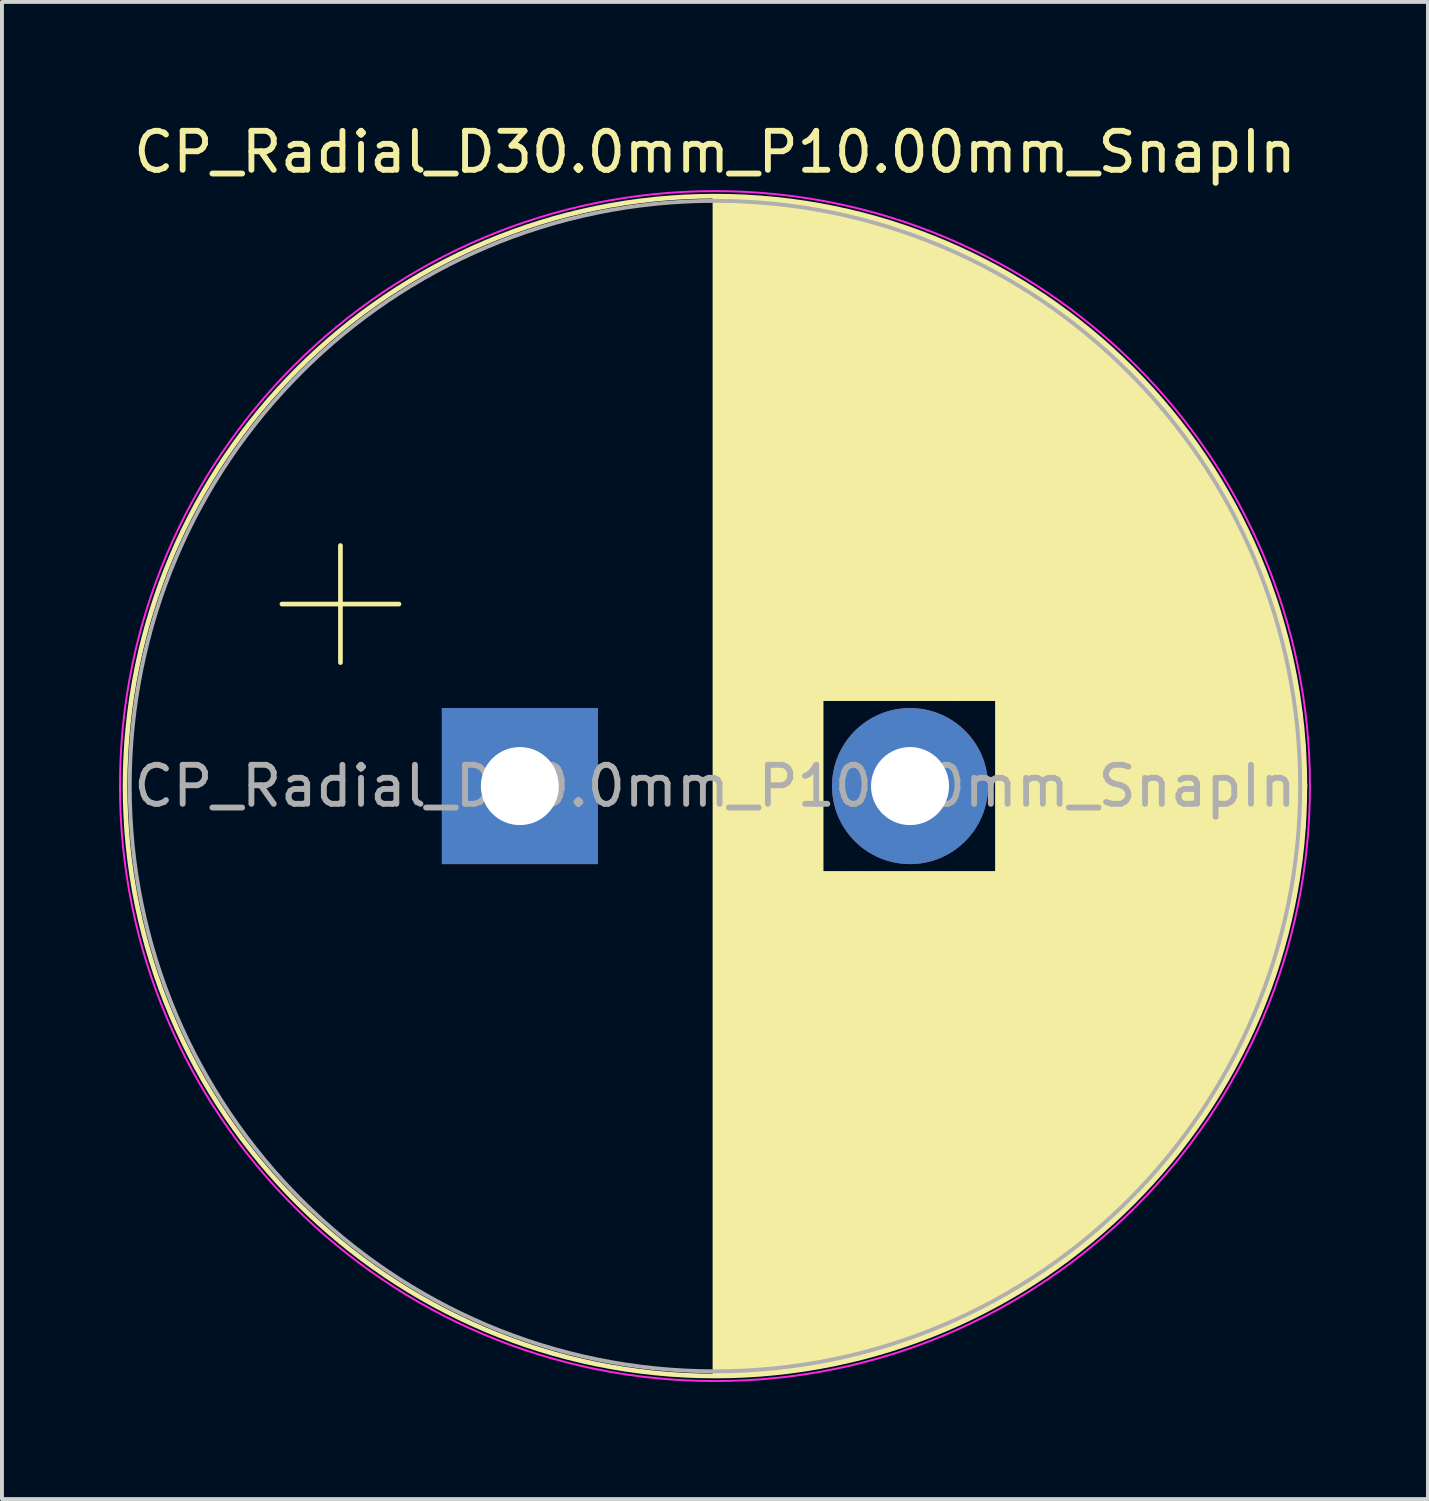
<source format=kicad_pcb>
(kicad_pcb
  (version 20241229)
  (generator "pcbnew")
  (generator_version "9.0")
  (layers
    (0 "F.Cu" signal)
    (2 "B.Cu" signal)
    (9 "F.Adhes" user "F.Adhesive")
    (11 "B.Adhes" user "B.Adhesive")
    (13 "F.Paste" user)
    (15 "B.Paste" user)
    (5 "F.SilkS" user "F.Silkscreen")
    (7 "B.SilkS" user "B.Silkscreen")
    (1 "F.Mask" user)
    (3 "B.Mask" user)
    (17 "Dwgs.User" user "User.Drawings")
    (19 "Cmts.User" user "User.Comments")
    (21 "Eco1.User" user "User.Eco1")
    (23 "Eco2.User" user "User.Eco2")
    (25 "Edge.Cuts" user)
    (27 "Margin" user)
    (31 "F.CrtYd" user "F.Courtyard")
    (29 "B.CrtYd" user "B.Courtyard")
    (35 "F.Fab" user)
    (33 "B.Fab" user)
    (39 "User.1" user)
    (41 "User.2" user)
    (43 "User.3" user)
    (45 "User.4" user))
  (footprint "CP_Radial_D30.0mm_P10.00mm_SnapIn"
    (layer "F.Cu")
    (at 10.275 17.098)
    (property "Reference" "CP_Radial_D30.0mm_P10.00mm_SnapIn" (at 5 -16.25 0) (layer "F.SilkS") (effects (font (size 1 1) (thickness 0.15))))
    (attr through_hole)
    (fp_line (start -6.099 -4.665) (end -3.099 -4.665) (stroke (width 0.12) (type solid)) (layer "F.SilkS"))
    (fp_line (start -4.599 -6.165) (end -4.599 -3.165) (stroke (width 0.12) (type solid)) (layer "F.SilkS"))
    (fp_line (start 5 -15.081) (end 5 15.081) (stroke (width 0.12) (type solid)) (layer "F.SilkS"))
    (fp_line (start 5.04 -15.08) (end 5.04 15.08) (stroke (width 0.12) (type solid)) (layer "F.SilkS"))
    (fp_line (start 5.08 -15.08) (end 5.08 15.08) (stroke (width 0.12) (type solid)) (layer "F.SilkS"))
    (fp_line (start 5.12 -15.08) (end 5.12 15.08) (stroke (width 0.12) (type solid)) (layer "F.SilkS"))
    (fp_line (start 5.16 -15.08) (end 5.16 15.08) (stroke (width 0.12) (type solid)) (layer "F.SilkS"))
    (fp_line (start 5.2 -15.079) (end 5.2 15.079) (stroke (width 0.12) (type solid)) (layer "F.SilkS"))
    (fp_line (start 5.24 -15.079) (end 5.24 15.079) (stroke (width 0.12) (type solid)) (layer "F.SilkS"))
    (fp_line (start 5.28 -15.078) (end 5.28 15.078) (stroke (width 0.12) (type solid)) (layer "F.SilkS"))
    (fp_line (start 5.32 -15.077) (end 5.32 15.077) (stroke (width 0.12) (type solid)) (layer "F.SilkS"))
    (fp_line (start 5.36 -15.076) (end 5.36 15.076) (stroke (width 0.12) (type solid)) (layer "F.SilkS"))
    (fp_line (start 5.4 -15.075) (end 5.4 15.075) (stroke (width 0.12) (type solid)) (layer "F.SilkS"))
    (fp_line (start 5.44 -15.074) (end 5.44 15.074) (stroke (width 0.12) (type solid)) (layer "F.SilkS"))
    (fp_line (start 5.48 -15.073) (end 5.48 15.073) (stroke (width 0.12) (type solid)) (layer "F.SilkS"))
    (fp_line (start 5.52 -15.072) (end 5.52 15.072) (stroke (width 0.12) (type solid)) (layer "F.SilkS"))
    (fp_line (start 5.56 -15.07) (end 5.56 15.07) (stroke (width 0.12) (type solid)) (layer "F.SilkS"))
    (fp_line (start 5.6 -15.069) (end 5.6 15.069) (stroke (width 0.12) (type solid)) (layer "F.SilkS"))
    (fp_line (start 5.64 -15.067) (end 5.64 15.067) (stroke (width 0.12) (type solid)) (layer "F.SilkS"))
    (fp_line (start 5.68 -15.065) (end 5.68 15.065) (stroke (width 0.12) (type solid)) (layer "F.SilkS"))
    (fp_line (start 5.721 -15.063) (end 5.721 15.063) (stroke (width 0.12) (type solid)) (layer "F.SilkS"))
    (fp_line (start 5.761 -15.061) (end 5.761 15.061) (stroke (width 0.12) (type solid)) (layer "F.SilkS"))
    (fp_line (start 5.801 -15.059) (end 5.801 15.059) (stroke (width 0.12) (type solid)) (layer "F.SilkS"))
    (fp_line (start 5.841 -15.057) (end 5.841 15.057) (stroke (width 0.12) (type solid)) (layer "F.SilkS"))
    (fp_line (start 5.881 -15.055) (end 5.881 15.055) (stroke (width 0.12) (type solid)) (layer "F.SilkS"))
    (fp_line (start 5.921 -15.052) (end 5.921 15.052) (stroke (width 0.12) (type solid)) (layer "F.SilkS"))
    (fp_line (start 5.961 -15.05) (end 5.961 15.05) (stroke (width 0.12) (type solid)) (layer "F.SilkS"))
    (fp_line (start 6.001 -15.047) (end 6.001 15.047) (stroke (width 0.12) (type solid)) (layer "F.SilkS"))
    (fp_line (start 6.041 -15.045) (end 6.041 15.045) (stroke (width 0.12) (type solid)) (layer "F.SilkS"))
    (fp_line (start 6.081 -15.042) (end 6.081 15.042) (stroke (width 0.12) (type solid)) (layer "F.SilkS"))
    (fp_line (start 6.121 -15.039) (end 6.121 15.039) (stroke (width 0.12) (type solid)) (layer "F.SilkS"))
    (fp_line (start 6.161 -15.036) (end 6.161 15.036) (stroke (width 0.12) (type solid)) (layer "F.SilkS"))
    (fp_line (start 6.201 -15.033) (end 6.201 15.033) (stroke (width 0.12) (type solid)) (layer "F.SilkS"))
    (fp_line (start 6.241 -15.03) (end 6.241 15.03) (stroke (width 0.12) (type solid)) (layer "F.SilkS"))
    (fp_line (start 6.281 -15.026) (end 6.281 15.026) (stroke (width 0.12) (type solid)) (layer "F.SilkS"))
    (fp_line (start 6.321 -15.023) (end 6.321 15.023) (stroke (width 0.12) (type solid)) (layer "F.SilkS"))
    (fp_line (start 6.361 -15.019) (end 6.361 15.019) (stroke (width 0.12) (type solid)) (layer "F.SilkS"))
    (fp_line (start 6.401 -15.016) (end 6.401 15.016) (stroke (width 0.12) (type solid)) (layer "F.SilkS"))
    (fp_line (start 6.441 -15.012) (end 6.441 15.012) (stroke (width 0.12) (type solid)) (layer "F.SilkS"))
    (fp_line (start 6.481 -15.008) (end 6.481 15.008) (stroke (width 0.12) (type solid)) (layer "F.SilkS"))
    (fp_line (start 6.521 -15.004) (end 6.521 15.004) (stroke (width 0.12) (type solid)) (layer "F.SilkS"))
    (fp_line (start 6.561 -15) (end 6.561 15) (stroke (width 0.12) (type solid)) (layer "F.SilkS"))
    (fp_line (start 6.601 -14.996) (end 6.601 14.996) (stroke (width 0.12) (type solid)) (layer "F.SilkS"))
    (fp_line (start 6.641 -14.991) (end 6.641 14.991) (stroke (width 0.12) (type solid)) (layer "F.SilkS"))
    (fp_line (start 6.681 -14.987) (end 6.681 14.987) (stroke (width 0.12) (type solid)) (layer "F.SilkS"))
    (fp_line (start 6.721 -14.982) (end 6.721 14.982) (stroke (width 0.12) (type solid)) (layer "F.SilkS"))
    (fp_line (start 6.761 -14.978) (end 6.761 14.978) (stroke (width 0.12) (type solid)) (layer "F.SilkS"))
    (fp_line (start 6.801 -14.973) (end 6.801 14.973) (stroke (width 0.12) (type solid)) (layer "F.SilkS"))
    (fp_line (start 6.841 -14.968) (end 6.841 14.968) (stroke (width 0.12) (type solid)) (layer "F.SilkS"))
    (fp_line (start 6.881 -14.963) (end 6.881 14.963) (stroke (width 0.12) (type solid)) (layer "F.SilkS"))
    (fp_line (start 6.921 -14.958) (end 6.921 14.958) (stroke (width 0.12) (type solid)) (layer "F.SilkS"))
    (fp_line (start 6.961 -14.953) (end 6.961 14.953) (stroke (width 0.12) (type solid)) (layer "F.SilkS"))
    (fp_line (start 7.001 -14.948) (end 7.001 14.948) (stroke (width 0.12) (type solid)) (layer "F.SilkS"))
    (fp_line (start 7.041 -14.942) (end 7.041 14.942) (stroke (width 0.12) (type solid)) (layer "F.SilkS"))
    (fp_line (start 7.081 -14.937) (end 7.081 14.937) (stroke (width 0.12) (type solid)) (layer "F.SilkS"))
    (fp_line (start 7.121 -14.931) (end 7.121 14.931) (stroke (width 0.12) (type solid)) (layer "F.SilkS"))
    (fp_line (start 7.161 -14.925) (end 7.161 14.925) (stroke (width 0.12) (type solid)) (layer "F.SilkS"))
    (fp_line (start 7.201 -14.92) (end 7.201 14.92) (stroke (width 0.12) (type solid)) (layer "F.SilkS"))
    (fp_line (start 7.241 -14.914) (end 7.241 14.914) (stroke (width 0.12) (type solid)) (layer "F.SilkS"))
    (fp_line (start 7.281 -14.908) (end 7.281 14.908) (stroke (width 0.12) (type solid)) (layer "F.SilkS"))
    (fp_line (start 7.321 -14.901) (end 7.321 14.901) (stroke (width 0.12) (type solid)) (layer "F.SilkS"))
    (fp_line (start 7.361 -14.895) (end 7.361 14.895) (stroke (width 0.12) (type solid)) (layer "F.SilkS"))
    (fp_line (start 7.401 -14.889) (end 7.401 14.889) (stroke (width 0.12) (type solid)) (layer "F.SilkS"))
    (fp_line (start 7.441 -14.882) (end 7.441 14.882) (stroke (width 0.12) (type solid)) (layer "F.SilkS"))
    (fp_line (start 7.481 -14.876) (end 7.481 14.876) (stroke (width 0.12) (type solid)) (layer "F.SilkS"))
    (fp_line (start 7.521 -14.869) (end 7.521 14.869) (stroke (width 0.12) (type solid)) (layer "F.SilkS"))
    (fp_line (start 7.561 -14.862) (end 7.561 14.862) (stroke (width 0.12) (type solid)) (layer "F.SilkS"))
    (fp_line (start 7.601 -14.855) (end 7.601 14.855) (stroke (width 0.12) (type solid)) (layer "F.SilkS"))
    (fp_line (start 7.641 -14.848) (end 7.641 14.848) (stroke (width 0.12) (type solid)) (layer "F.SilkS"))
    (fp_line (start 7.681 -14.841) (end 7.681 14.841) (stroke (width 0.12) (type solid)) (layer "F.SilkS"))
    (fp_line (start 7.721 -14.834) (end 7.721 14.834) (stroke (width 0.12) (type solid)) (layer "F.SilkS"))
    (fp_line (start 7.761 -14.826) (end 7.761 -2.24) (stroke (width 0.12) (type solid)) (layer "F.SilkS"))
    (fp_line (start 7.761 2.24) (end 7.761 14.826) (stroke (width 0.12) (type solid)) (layer "F.SilkS"))
    (fp_line (start 7.801 -14.819) (end 7.801 -2.24) (stroke (width 0.12) (type solid)) (layer "F.SilkS"))
    (fp_line (start 7.801 2.24) (end 7.801 14.819) (stroke (width 0.12) (type solid)) (layer "F.SilkS"))
    (fp_line (start 7.841 -14.811) (end 7.841 -2.24) (stroke (width 0.12) (type solid)) (layer "F.SilkS"))
    (fp_line (start 7.841 2.24) (end 7.841 14.811) (stroke (width 0.12) (type solid)) (layer "F.SilkS"))
    (fp_line (start 7.881 -14.804) (end 7.881 -2.24) (stroke (width 0.12) (type solid)) (layer "F.SilkS"))
    (fp_line (start 7.881 2.24) (end 7.881 14.804) (stroke (width 0.12) (type solid)) (layer "F.SilkS"))
    (fp_line (start 7.921 -14.796) (end 7.921 -2.24) (stroke (width 0.12) (type solid)) (layer "F.SilkS"))
    (fp_line (start 7.921 2.24) (end 7.921 14.796) (stroke (width 0.12) (type solid)) (layer "F.SilkS"))
    (fp_line (start 7.961 -14.788) (end 7.961 -2.24) (stroke (width 0.12) (type solid)) (layer "F.SilkS"))
    (fp_line (start 7.961 2.24) (end 7.961 14.788) (stroke (width 0.12) (type solid)) (layer "F.SilkS"))
    (fp_line (start 8.001 -14.78) (end 8.001 -2.24) (stroke (width 0.12) (type solid)) (layer "F.SilkS"))
    (fp_line (start 8.001 2.24) (end 8.001 14.78) (stroke (width 0.12) (type solid)) (layer "F.SilkS"))
    (fp_line (start 8.041 -14.772) (end 8.041 -2.24) (stroke (width 0.12) (type solid)) (layer "F.SilkS"))
    (fp_line (start 8.041 2.24) (end 8.041 14.772) (stroke (width 0.12) (type solid)) (layer "F.SilkS"))
    (fp_line (start 8.081 -14.763) (end 8.081 -2.24) (stroke (width 0.12) (type solid)) (layer "F.SilkS"))
    (fp_line (start 8.081 2.24) (end 8.081 14.763) (stroke (width 0.12) (type solid)) (layer "F.SilkS"))
    (fp_line (start 8.121 -14.755) (end 8.121 -2.24) (stroke (width 0.12) (type solid)) (layer "F.SilkS"))
    (fp_line (start 8.121 2.24) (end 8.121 14.755) (stroke (width 0.12) (type solid)) (layer "F.SilkS"))
    (fp_line (start 8.161 -14.747) (end 8.161 -2.24) (stroke (width 0.12) (type solid)) (layer "F.SilkS"))
    (fp_line (start 8.161 2.24) (end 8.161 14.747) (stroke (width 0.12) (type solid)) (layer "F.SilkS"))
    (fp_line (start 8.201 -14.738) (end 8.201 -2.24) (stroke (width 0.12) (type solid)) (layer "F.SilkS"))
    (fp_line (start 8.201 2.24) (end 8.201 14.738) (stroke (width 0.12) (type solid)) (layer "F.SilkS"))
    (fp_line (start 8.241 -14.729) (end 8.241 -2.24) (stroke (width 0.12) (type solid)) (layer "F.SilkS"))
    (fp_line (start 8.241 2.24) (end 8.241 14.729) (stroke (width 0.12) (type solid)) (layer "F.SilkS"))
    (fp_line (start 8.281 -14.72) (end 8.281 -2.24) (stroke (width 0.12) (type solid)) (layer "F.SilkS"))
    (fp_line (start 8.281 2.24) (end 8.281 14.72) (stroke (width 0.12) (type solid)) (layer "F.SilkS"))
    (fp_line (start 8.321 -14.711) (end 8.321 -2.24) (stroke (width 0.12) (type solid)) (layer "F.SilkS"))
    (fp_line (start 8.321 2.24) (end 8.321 14.711) (stroke (width 0.12) (type solid)) (layer "F.SilkS"))
    (fp_line (start 8.361 -14.702) (end 8.361 -2.24) (stroke (width 0.12) (type solid)) (layer "F.SilkS"))
    (fp_line (start 8.361 2.24) (end 8.361 14.702) (stroke (width 0.12) (type solid)) (layer "F.SilkS"))
    (fp_line (start 8.401 -14.693) (end 8.401 -2.24) (stroke (width 0.12) (type solid)) (layer "F.SilkS"))
    (fp_line (start 8.401 2.24) (end 8.401 14.693) (stroke (width 0.12) (type solid)) (layer "F.SilkS"))
    (fp_line (start 8.441 -14.684) (end 8.441 -2.24) (stroke (width 0.12) (type solid)) (layer "F.SilkS"))
    (fp_line (start 8.441 2.24) (end 8.441 14.684) (stroke (width 0.12) (type solid)) (layer "F.SilkS"))
    (fp_line (start 8.481 -14.675) (end 8.481 -2.24) (stroke (width 0.12) (type solid)) (layer "F.SilkS"))
    (fp_line (start 8.481 2.24) (end 8.481 14.675) (stroke (width 0.12) (type solid)) (layer "F.SilkS"))
    (fp_line (start 8.521 -14.665) (end 8.521 -2.24) (stroke (width 0.12) (type solid)) (layer "F.SilkS"))
    (fp_line (start 8.521 2.24) (end 8.521 14.665) (stroke (width 0.12) (type solid)) (layer "F.SilkS"))
    (fp_line (start 8.561 -14.655) (end 8.561 -2.24) (stroke (width 0.12) (type solid)) (layer "F.SilkS"))
    (fp_line (start 8.561 2.24) (end 8.561 14.655) (stroke (width 0.12) (type solid)) (layer "F.SilkS"))
    (fp_line (start 8.601 -14.646) (end 8.601 -2.24) (stroke (width 0.12) (type solid)) (layer "F.SilkS"))
    (fp_line (start 8.601 2.24) (end 8.601 14.646) (stroke (width 0.12) (type solid)) (layer "F.SilkS"))
    (fp_line (start 8.641 -14.636) (end 8.641 -2.24) (stroke (width 0.12) (type solid)) (layer "F.SilkS"))
    (fp_line (start 8.641 2.24) (end 8.641 14.636) (stroke (width 0.12) (type solid)) (layer "F.SilkS"))
    (fp_line (start 8.681 -14.626) (end 8.681 -2.24) (stroke (width 0.12) (type solid)) (layer "F.SilkS"))
    (fp_line (start 8.681 2.24) (end 8.681 14.626) (stroke (width 0.12) (type solid)) (layer "F.SilkS"))
    (fp_line (start 8.721 -14.616) (end 8.721 -2.24) (stroke (width 0.12) (type solid)) (layer "F.SilkS"))
    (fp_line (start 8.721 2.24) (end 8.721 14.616) (stroke (width 0.12) (type solid)) (layer "F.SilkS"))
    (fp_line (start 8.761 -14.606) (end 8.761 -2.24) (stroke (width 0.12) (type solid)) (layer "F.SilkS"))
    (fp_line (start 8.761 2.24) (end 8.761 14.606) (stroke (width 0.12) (type solid)) (layer "F.SilkS"))
    (fp_line (start 8.801 -14.595) (end 8.801 -2.24) (stroke (width 0.12) (type solid)) (layer "F.SilkS"))
    (fp_line (start 8.801 2.24) (end 8.801 14.595) (stroke (width 0.12) (type solid)) (layer "F.SilkS"))
    (fp_line (start 8.841 -14.585) (end 8.841 -2.24) (stroke (width 0.12) (type solid)) (layer "F.SilkS"))
    (fp_line (start 8.841 2.24) (end 8.841 14.585) (stroke (width 0.12) (type solid)) (layer "F.SilkS"))
    (fp_line (start 8.881 -14.574) (end 8.881 -2.24) (stroke (width 0.12) (type solid)) (layer "F.SilkS"))
    (fp_line (start 8.881 2.24) (end 8.881 14.574) (stroke (width 0.12) (type solid)) (layer "F.SilkS"))
    (fp_line (start 8.921 -14.564) (end 8.921 -2.24) (stroke (width 0.12) (type solid)) (layer "F.SilkS"))
    (fp_line (start 8.921 2.24) (end 8.921 14.564) (stroke (width 0.12) (type solid)) (layer "F.SilkS"))
    (fp_line (start 8.961 -14.553) (end 8.961 -2.24) (stroke (width 0.12) (type solid)) (layer "F.SilkS"))
    (fp_line (start 8.961 2.24) (end 8.961 14.553) (stroke (width 0.12) (type solid)) (layer "F.SilkS"))
    (fp_line (start 9.001 -14.542) (end 9.001 -2.24) (stroke (width 0.12) (type solid)) (layer "F.SilkS"))
    (fp_line (start 9.001 2.24) (end 9.001 14.542) (stroke (width 0.12) (type solid)) (layer "F.SilkS"))
    (fp_line (start 9.041 -14.531) (end 9.041 -2.24) (stroke (width 0.12) (type solid)) (layer "F.SilkS"))
    (fp_line (start 9.041 2.24) (end 9.041 14.531) (stroke (width 0.12) (type solid)) (layer "F.SilkS"))
    (fp_line (start 9.081 -14.52) (end 9.081 -2.24) (stroke (width 0.12) (type solid)) (layer "F.SilkS"))
    (fp_line (start 9.081 2.24) (end 9.081 14.52) (stroke (width 0.12) (type solid)) (layer "F.SilkS"))
    (fp_line (start 9.121 -14.508) (end 9.121 -2.24) (stroke (width 0.12) (type solid)) (layer "F.SilkS"))
    (fp_line (start 9.121 2.24) (end 9.121 14.508) (stroke (width 0.12) (type solid)) (layer "F.SilkS"))
    (fp_line (start 9.161 -14.497) (end 9.161 -2.24) (stroke (width 0.12) (type solid)) (layer "F.SilkS"))
    (fp_line (start 9.161 2.24) (end 9.161 14.497) (stroke (width 0.12) (type solid)) (layer "F.SilkS"))
    (fp_line (start 9.201 -14.485) (end 9.201 -2.24) (stroke (width 0.12) (type solid)) (layer "F.SilkS"))
    (fp_line (start 9.201 2.24) (end 9.201 14.485) (stroke (width 0.12) (type solid)) (layer "F.SilkS"))
    (fp_line (start 9.241 -14.474) (end 9.241 -2.24) (stroke (width 0.12) (type solid)) (layer "F.SilkS"))
    (fp_line (start 9.241 2.24) (end 9.241 14.474) (stroke (width 0.12) (type solid)) (layer "F.SilkS"))
    (fp_line (start 9.281 -14.462) (end 9.281 -2.24) (stroke (width 0.12) (type solid)) (layer "F.SilkS"))
    (fp_line (start 9.281 2.24) (end 9.281 14.462) (stroke (width 0.12) (type solid)) (layer "F.SilkS"))
    (fp_line (start 9.321 -14.45) (end 9.321 -2.24) (stroke (width 0.12) (type solid)) (layer "F.SilkS"))
    (fp_line (start 9.321 2.24) (end 9.321 14.45) (stroke (width 0.12) (type solid)) (layer "F.SilkS"))
    (fp_line (start 9.361 -14.438) (end 9.361 -2.24) (stroke (width 0.12) (type solid)) (layer "F.SilkS"))
    (fp_line (start 9.361 2.24) (end 9.361 14.438) (stroke (width 0.12) (type solid)) (layer "F.SilkS"))
    (fp_line (start 9.401 -14.426) (end 9.401 -2.24) (stroke (width 0.12) (type solid)) (layer "F.SilkS"))
    (fp_line (start 9.401 2.24) (end 9.401 14.426) (stroke (width 0.12) (type solid)) (layer "F.SilkS"))
    (fp_line (start 9.441 -14.414) (end 9.441 -2.24) (stroke (width 0.12) (type solid)) (layer "F.SilkS"))
    (fp_line (start 9.441 2.24) (end 9.441 14.414) (stroke (width 0.12) (type solid)) (layer "F.SilkS"))
    (fp_line (start 9.481 -14.402) (end 9.481 -2.24) (stroke (width 0.12) (type solid)) (layer "F.SilkS"))
    (fp_line (start 9.481 2.24) (end 9.481 14.402) (stroke (width 0.12) (type solid)) (layer "F.SilkS"))
    (fp_line (start 9.521 -14.389) (end 9.521 -2.24) (stroke (width 0.12) (type solid)) (layer "F.SilkS"))
    (fp_line (start 9.521 2.24) (end 9.521 14.389) (stroke (width 0.12) (type solid)) (layer "F.SilkS"))
    (fp_line (start 9.561 -14.376) (end 9.561 -2.24) (stroke (width 0.12) (type solid)) (layer "F.SilkS"))
    (fp_line (start 9.561 2.24) (end 9.561 14.376) (stroke (width 0.12) (type solid)) (layer "F.SilkS"))
    (fp_line (start 9.601 -14.364) (end 9.601 -2.24) (stroke (width 0.12) (type solid)) (layer "F.SilkS"))
    (fp_line (start 9.601 2.24) (end 9.601 14.364) (stroke (width 0.12) (type solid)) (layer "F.SilkS"))
    (fp_line (start 9.641 -14.351) (end 9.641 -2.24) (stroke (width 0.12) (type solid)) (layer "F.SilkS"))
    (fp_line (start 9.641 2.24) (end 9.641 14.351) (stroke (width 0.12) (type solid)) (layer "F.SilkS"))
    (fp_line (start 9.681 -14.338) (end 9.681 -2.24) (stroke (width 0.12) (type solid)) (layer "F.SilkS"))
    (fp_line (start 9.681 2.24) (end 9.681 14.338) (stroke (width 0.12) (type solid)) (layer "F.SilkS"))
    (fp_line (start 9.721 -14.325) (end 9.721 -2.24) (stroke (width 0.12) (type solid)) (layer "F.SilkS"))
    (fp_line (start 9.721 2.24) (end 9.721 14.325) (stroke (width 0.12) (type solid)) (layer "F.SilkS"))
    (fp_line (start 9.761 -14.312) (end 9.761 -2.24) (stroke (width 0.12) (type solid)) (layer "F.SilkS"))
    (fp_line (start 9.761 2.24) (end 9.761 14.312) (stroke (width 0.12) (type solid)) (layer "F.SilkS"))
    (fp_line (start 9.801 -14.298) (end 9.801 -2.24) (stroke (width 0.12) (type solid)) (layer "F.SilkS"))
    (fp_line (start 9.801 2.24) (end 9.801 14.298) (stroke (width 0.12) (type solid)) (layer "F.SilkS"))
    (fp_line (start 9.841 -14.285) (end 9.841 -2.24) (stroke (width 0.12) (type solid)) (layer "F.SilkS"))
    (fp_line (start 9.841 2.24) (end 9.841 14.285) (stroke (width 0.12) (type solid)) (layer "F.SilkS"))
    (fp_line (start 9.881 -14.271) (end 9.881 -2.24) (stroke (width 0.12) (type solid)) (layer "F.SilkS"))
    (fp_line (start 9.881 2.24) (end 9.881 14.271) (stroke (width 0.12) (type solid)) (layer "F.SilkS"))
    (fp_line (start 9.921 -14.258) (end 9.921 -2.24) (stroke (width 0.12) (type solid)) (layer "F.SilkS"))
    (fp_line (start 9.921 2.24) (end 9.921 14.258) (stroke (width 0.12) (type solid)) (layer "F.SilkS"))
    (fp_line (start 9.961 -14.244) (end 9.961 -2.24) (stroke (width 0.12) (type solid)) (layer "F.SilkS"))
    (fp_line (start 9.961 2.24) (end 9.961 14.244) (stroke (width 0.12) (type solid)) (layer "F.SilkS"))
    (fp_line (start 10.001 -14.23) (end 10.001 -2.24) (stroke (width 0.12) (type solid)) (layer "F.SilkS"))
    (fp_line (start 10.001 2.24) (end 10.001 14.23) (stroke (width 0.12) (type solid)) (layer "F.SilkS"))
    (fp_line (start 10.041 -14.216) (end 10.041 -2.24) (stroke (width 0.12) (type solid)) (layer "F.SilkS"))
    (fp_line (start 10.041 2.24) (end 10.041 14.216) (stroke (width 0.12) (type solid)) (layer "F.SilkS"))
    (fp_line (start 10.081 -14.202) (end 10.081 -2.24) (stroke (width 0.12) (type solid)) (layer "F.SilkS"))
    (fp_line (start 10.081 2.24) (end 10.081 14.202) (stroke (width 0.12) (type solid)) (layer "F.SilkS"))
    (fp_line (start 10.121 -14.187) (end 10.121 -2.24) (stroke (width 0.12) (type solid)) (layer "F.SilkS"))
    (fp_line (start 10.121 2.24) (end 10.121 14.187) (stroke (width 0.12) (type solid)) (layer "F.SilkS"))
    (fp_line (start 10.161 -14.173) (end 10.161 -2.24) (stroke (width 0.12) (type solid)) (layer "F.SilkS"))
    (fp_line (start 10.161 2.24) (end 10.161 14.173) (stroke (width 0.12) (type solid)) (layer "F.SilkS"))
    (fp_line (start 10.201 -14.158) (end 10.201 -2.24) (stroke (width 0.12) (type solid)) (layer "F.SilkS"))
    (fp_line (start 10.201 2.24) (end 10.201 14.158) (stroke (width 0.12) (type solid)) (layer "F.SilkS"))
    (fp_line (start 10.241 -14.143) (end 10.241 -2.24) (stroke (width 0.12) (type solid)) (layer "F.SilkS"))
    (fp_line (start 10.241 2.24) (end 10.241 14.143) (stroke (width 0.12) (type solid)) (layer "F.SilkS"))
    (fp_line (start 10.281 -14.129) (end 10.281 -2.24) (stroke (width 0.12) (type solid)) (layer "F.SilkS"))
    (fp_line (start 10.281 2.24) (end 10.281 14.129) (stroke (width 0.12) (type solid)) (layer "F.SilkS"))
    (fp_line (start 10.321 -14.114) (end 10.321 -2.24) (stroke (width 0.12) (type solid)) (layer "F.SilkS"))
    (fp_line (start 10.321 2.24) (end 10.321 14.114) (stroke (width 0.12) (type solid)) (layer "F.SilkS"))
    (fp_line (start 10.361 -14.099) (end 10.361 -2.24) (stroke (width 0.12) (type solid)) (layer "F.SilkS"))
    (fp_line (start 10.361 2.24) (end 10.361 14.099) (stroke (width 0.12) (type solid)) (layer "F.SilkS"))
    (fp_line (start 10.401 -14.083) (end 10.401 -2.24) (stroke (width 0.12) (type solid)) (layer "F.SilkS"))
    (fp_line (start 10.401 2.24) (end 10.401 14.083) (stroke (width 0.12) (type solid)) (layer "F.SilkS"))
    (fp_line (start 10.441 -14.068) (end 10.441 -2.24) (stroke (width 0.12) (type solid)) (layer "F.SilkS"))
    (fp_line (start 10.441 2.24) (end 10.441 14.068) (stroke (width 0.12) (type solid)) (layer "F.SilkS"))
    (fp_line (start 10.481 -14.052) (end 10.481 -2.24) (stroke (width 0.12) (type solid)) (layer "F.SilkS"))
    (fp_line (start 10.481 2.24) (end 10.481 14.052) (stroke (width 0.12) (type solid)) (layer "F.SilkS"))
    (fp_line (start 10.521 -14.037) (end 10.521 -2.24) (stroke (width 0.12) (type solid)) (layer "F.SilkS"))
    (fp_line (start 10.521 2.24) (end 10.521 14.037) (stroke (width 0.12) (type solid)) (layer "F.SilkS"))
    (fp_line (start 10.561 -14.021) (end 10.561 -2.24) (stroke (width 0.12) (type solid)) (layer "F.SilkS"))
    (fp_line (start 10.561 2.24) (end 10.561 14.021) (stroke (width 0.12) (type solid)) (layer "F.SilkS"))
    (fp_line (start 10.601 -14.005) (end 10.601 -2.24) (stroke (width 0.12) (type solid)) (layer "F.SilkS"))
    (fp_line (start 10.601 2.24) (end 10.601 14.005) (stroke (width 0.12) (type solid)) (layer "F.SilkS"))
    (fp_line (start 10.641 -13.989) (end 10.641 -2.24) (stroke (width 0.12) (type solid)) (layer "F.SilkS"))
    (fp_line (start 10.641 2.24) (end 10.641 13.989) (stroke (width 0.12) (type solid)) (layer "F.SilkS"))
    (fp_line (start 10.681 -13.973) (end 10.681 -2.24) (stroke (width 0.12) (type solid)) (layer "F.SilkS"))
    (fp_line (start 10.681 2.24) (end 10.681 13.973) (stroke (width 0.12) (type solid)) (layer "F.SilkS"))
    (fp_line (start 10.721 -13.957) (end 10.721 -2.24) (stroke (width 0.12) (type solid)) (layer "F.SilkS"))
    (fp_line (start 10.721 2.24) (end 10.721 13.957) (stroke (width 0.12) (type solid)) (layer "F.SilkS"))
    (fp_line (start 10.761 -13.94) (end 10.761 -2.24) (stroke (width 0.12) (type solid)) (layer "F.SilkS"))
    (fp_line (start 10.761 2.24) (end 10.761 13.94) (stroke (width 0.12) (type solid)) (layer "F.SilkS"))
    (fp_line (start 10.801 -13.924) (end 10.801 -2.24) (stroke (width 0.12) (type solid)) (layer "F.SilkS"))
    (fp_line (start 10.801 2.24) (end 10.801 13.924) (stroke (width 0.12) (type solid)) (layer "F.SilkS"))
    (fp_line (start 10.841 -13.907) (end 10.841 -2.24) (stroke (width 0.12) (type solid)) (layer "F.SilkS"))
    (fp_line (start 10.841 2.24) (end 10.841 13.907) (stroke (width 0.12) (type solid)) (layer "F.SilkS"))
    (fp_line (start 10.881 -13.89) (end 10.881 -2.24) (stroke (width 0.12) (type solid)) (layer "F.SilkS"))
    (fp_line (start 10.881 2.24) (end 10.881 13.89) (stroke (width 0.12) (type solid)) (layer "F.SilkS"))
    (fp_line (start 10.921 -13.873) (end 10.921 -2.24) (stroke (width 0.12) (type solid)) (layer "F.SilkS"))
    (fp_line (start 10.921 2.24) (end 10.921 13.873) (stroke (width 0.12) (type solid)) (layer "F.SilkS"))
    (fp_line (start 10.961 -13.856) (end 10.961 -2.24) (stroke (width 0.12) (type solid)) (layer "F.SilkS"))
    (fp_line (start 10.961 2.24) (end 10.961 13.856) (stroke (width 0.12) (type solid)) (layer "F.SilkS"))
    (fp_line (start 11.001 -13.839) (end 11.001 -2.24) (stroke (width 0.12) (type solid)) (layer "F.SilkS"))
    (fp_line (start 11.001 2.24) (end 11.001 13.839) (stroke (width 0.12) (type solid)) (layer "F.SilkS"))
    (fp_line (start 11.041 -13.822) (end 11.041 -2.24) (stroke (width 0.12) (type solid)) (layer "F.SilkS"))
    (fp_line (start 11.041 2.24) (end 11.041 13.822) (stroke (width 0.12) (type solid)) (layer "F.SilkS"))
    (fp_line (start 11.081 -13.804) (end 11.081 -2.24) (stroke (width 0.12) (type solid)) (layer "F.SilkS"))
    (fp_line (start 11.081 2.24) (end 11.081 13.804) (stroke (width 0.12) (type solid)) (layer "F.SilkS"))
    (fp_line (start 11.121 -13.787) (end 11.121 -2.24) (stroke (width 0.12) (type solid)) (layer "F.SilkS"))
    (fp_line (start 11.121 2.24) (end 11.121 13.787) (stroke (width 0.12) (type solid)) (layer "F.SilkS"))
    (fp_line (start 11.161 -13.769) (end 11.161 -2.24) (stroke (width 0.12) (type solid)) (layer "F.SilkS"))
    (fp_line (start 11.161 2.24) (end 11.161 13.769) (stroke (width 0.12) (type solid)) (layer "F.SilkS"))
    (fp_line (start 11.201 -13.751) (end 11.201 -2.24) (stroke (width 0.12) (type solid)) (layer "F.SilkS"))
    (fp_line (start 11.201 2.24) (end 11.201 13.751) (stroke (width 0.12) (type solid)) (layer "F.SilkS"))
    (fp_line (start 11.241 -13.733) (end 11.241 -2.24) (stroke (width 0.12) (type solid)) (layer "F.SilkS"))
    (fp_line (start 11.241 2.24) (end 11.241 13.733) (stroke (width 0.12) (type solid)) (layer "F.SilkS"))
    (fp_line (start 11.281 -13.715) (end 11.281 -2.24) (stroke (width 0.12) (type solid)) (layer "F.SilkS"))
    (fp_line (start 11.281 2.24) (end 11.281 13.715) (stroke (width 0.12) (type solid)) (layer "F.SilkS"))
    (fp_line (start 11.321 -13.696) (end 11.321 -2.24) (stroke (width 0.12) (type solid)) (layer "F.SilkS"))
    (fp_line (start 11.321 2.24) (end 11.321 13.696) (stroke (width 0.12) (type solid)) (layer "F.SilkS"))
    (fp_line (start 11.361 -13.678) (end 11.361 -2.24) (stroke (width 0.12) (type solid)) (layer "F.SilkS"))
    (fp_line (start 11.361 2.24) (end 11.361 13.678) (stroke (width 0.12) (type solid)) (layer "F.SilkS"))
    (fp_line (start 11.401 -13.659) (end 11.401 -2.24) (stroke (width 0.12) (type solid)) (layer "F.SilkS"))
    (fp_line (start 11.401 2.24) (end 11.401 13.659) (stroke (width 0.12) (type solid)) (layer "F.SilkS"))
    (fp_line (start 11.441 -13.64) (end 11.441 -2.24) (stroke (width 0.12) (type solid)) (layer "F.SilkS"))
    (fp_line (start 11.441 2.24) (end 11.441 13.64) (stroke (width 0.12) (type solid)) (layer "F.SilkS"))
    (fp_line (start 11.481 -13.622) (end 11.481 -2.24) (stroke (width 0.12) (type solid)) (layer "F.SilkS"))
    (fp_line (start 11.481 2.24) (end 11.481 13.622) (stroke (width 0.12) (type solid)) (layer "F.SilkS"))
    (fp_line (start 11.521 -13.602) (end 11.521 -2.24) (stroke (width 0.12) (type solid)) (layer "F.SilkS"))
    (fp_line (start 11.521 2.24) (end 11.521 13.602) (stroke (width 0.12) (type solid)) (layer "F.SilkS"))
    (fp_line (start 11.561 -13.583) (end 11.561 -2.24) (stroke (width 0.12) (type solid)) (layer "F.SilkS"))
    (fp_line (start 11.561 2.24) (end 11.561 13.583) (stroke (width 0.12) (type solid)) (layer "F.SilkS"))
    (fp_line (start 11.601 -13.564) (end 11.601 -2.24) (stroke (width 0.12) (type solid)) (layer "F.SilkS"))
    (fp_line (start 11.601 2.24) (end 11.601 13.564) (stroke (width 0.12) (type solid)) (layer "F.SilkS"))
    (fp_line (start 11.641 -13.544) (end 11.641 -2.24) (stroke (width 0.12) (type solid)) (layer "F.SilkS"))
    (fp_line (start 11.641 2.24) (end 11.641 13.544) (stroke (width 0.12) (type solid)) (layer "F.SilkS"))
    (fp_line (start 11.681 -13.525) (end 11.681 -2.24) (stroke (width 0.12) (type solid)) (layer "F.SilkS"))
    (fp_line (start 11.681 2.24) (end 11.681 13.525) (stroke (width 0.12) (type solid)) (layer "F.SilkS"))
    (fp_line (start 11.721 -13.505) (end 11.721 -2.24) (stroke (width 0.12) (type solid)) (layer "F.SilkS"))
    (fp_line (start 11.721 2.24) (end 11.721 13.505) (stroke (width 0.12) (type solid)) (layer "F.SilkS"))
    (fp_line (start 11.761 -13.485) (end 11.761 -2.24) (stroke (width 0.12) (type solid)) (layer "F.SilkS"))
    (fp_line (start 11.761 2.24) (end 11.761 13.485) (stroke (width 0.12) (type solid)) (layer "F.SilkS"))
    (fp_line (start 11.801 -13.465) (end 11.801 -2.24) (stroke (width 0.12) (type solid)) (layer "F.SilkS"))
    (fp_line (start 11.801 2.24) (end 11.801 13.465) (stroke (width 0.12) (type solid)) (layer "F.SilkS"))
    (fp_line (start 11.841 -13.445) (end 11.841 -2.24) (stroke (width 0.12) (type solid)) (layer "F.SilkS"))
    (fp_line (start 11.841 2.24) (end 11.841 13.445) (stroke (width 0.12) (type solid)) (layer "F.SilkS"))
    (fp_line (start 11.881 -13.425) (end 11.881 -2.24) (stroke (width 0.12) (type solid)) (layer "F.SilkS"))
    (fp_line (start 11.881 2.24) (end 11.881 13.425) (stroke (width 0.12) (type solid)) (layer "F.SilkS"))
    (fp_line (start 11.921 -13.404) (end 11.921 -2.24) (stroke (width 0.12) (type solid)) (layer "F.SilkS"))
    (fp_line (start 11.921 2.24) (end 11.921 13.404) (stroke (width 0.12) (type solid)) (layer "F.SilkS"))
    (fp_line (start 11.961 -13.383) (end 11.961 -2.24) (stroke (width 0.12) (type solid)) (layer "F.SilkS"))
    (fp_line (start 11.961 2.24) (end 11.961 13.383) (stroke (width 0.12) (type solid)) (layer "F.SilkS"))
    (fp_line (start 12.001 -13.363) (end 12.001 -2.24) (stroke (width 0.12) (type solid)) (layer "F.SilkS"))
    (fp_line (start 12.001 2.24) (end 12.001 13.363) (stroke (width 0.12) (type solid)) (layer "F.SilkS"))
    (fp_line (start 12.041 -13.342) (end 12.041 -2.24) (stroke (width 0.12) (type solid)) (layer "F.SilkS"))
    (fp_line (start 12.041 2.24) (end 12.041 13.342) (stroke (width 0.12) (type solid)) (layer "F.SilkS"))
    (fp_line (start 12.081 -13.32) (end 12.081 -2.24) (stroke (width 0.12) (type solid)) (layer "F.SilkS"))
    (fp_line (start 12.081 2.24) (end 12.081 13.32) (stroke (width 0.12) (type solid)) (layer "F.SilkS"))
    (fp_line (start 12.121 -13.299) (end 12.121 -2.24) (stroke (width 0.12) (type solid)) (layer "F.SilkS"))
    (fp_line (start 12.121 2.24) (end 12.121 13.299) (stroke (width 0.12) (type solid)) (layer "F.SilkS"))
    (fp_line (start 12.161 -13.278) (end 12.161 -2.24) (stroke (width 0.12) (type solid)) (layer "F.SilkS"))
    (fp_line (start 12.161 2.24) (end 12.161 13.278) (stroke (width 0.12) (type solid)) (layer "F.SilkS"))
    (fp_line (start 12.201 -13.256) (end 12.201 -2.24) (stroke (width 0.12) (type solid)) (layer "F.SilkS"))
    (fp_line (start 12.201 2.24) (end 12.201 13.256) (stroke (width 0.12) (type solid)) (layer "F.SilkS"))
    (fp_line (start 12.241 -13.234) (end 12.241 13.234) (stroke (width 0.12) (type solid)) (layer "F.SilkS"))
    (fp_line (start 12.281 -13.213) (end 12.281 13.213) (stroke (width 0.12) (type solid)) (layer "F.SilkS"))
    (fp_line (start 12.321 -13.19) (end 12.321 13.19) (stroke (width 0.12) (type solid)) (layer "F.SilkS"))
    (fp_line (start 12.361 -13.168) (end 12.361 13.168) (stroke (width 0.12) (type solid)) (layer "F.SilkS"))
    (fp_line (start 12.401 -13.146) (end 12.401 13.146) (stroke (width 0.12) (type solid)) (layer "F.SilkS"))
    (fp_line (start 12.441 -13.123) (end 12.441 13.123) (stroke (width 0.12) (type solid)) (layer "F.SilkS"))
    (fp_line (start 12.481 -13.101) (end 12.481 13.101) (stroke (width 0.12) (type solid)) (layer "F.SilkS"))
    (fp_line (start 12.521 -13.078) (end 12.521 13.078) (stroke (width 0.12) (type solid)) (layer "F.SilkS"))
    (fp_line (start 12.561 -13.055) (end 12.561 13.055) (stroke (width 0.12) (type solid)) (layer "F.SilkS"))
    (fp_line (start 12.601 -13.032) (end 12.601 13.032) (stroke (width 0.12) (type solid)) (layer "F.SilkS"))
    (fp_line (start 12.641 -13.008) (end 12.641 13.008) (stroke (width 0.12) (type solid)) (layer "F.SilkS"))
    (fp_line (start 12.681 -12.985) (end 12.681 12.985) (stroke (width 0.12) (type solid)) (layer "F.SilkS"))
    (fp_line (start 12.721 -12.961) (end 12.721 12.961) (stroke (width 0.12) (type solid)) (layer "F.SilkS"))
    (fp_line (start 12.761 -12.937) (end 12.761 12.937) (stroke (width 0.12) (type solid)) (layer "F.SilkS"))
    (fp_line (start 12.801 -12.913) (end 12.801 12.913) (stroke (width 0.12) (type solid)) (layer "F.SilkS"))
    (fp_line (start 12.841 -12.889) (end 12.841 12.889) (stroke (width 0.12) (type solid)) (layer "F.SilkS"))
    (fp_line (start 12.881 -12.865) (end 12.881 12.865) (stroke (width 0.12) (type solid)) (layer "F.SilkS"))
    (fp_line (start 12.921 -12.84) (end 12.921 12.84) (stroke (width 0.12) (type solid)) (layer "F.SilkS"))
    (fp_line (start 12.961 -12.816) (end 12.961 12.816) (stroke (width 0.12) (type solid)) (layer "F.SilkS"))
    (fp_line (start 13.001 -12.791) (end 13.001 12.791) (stroke (width 0.12) (type solid)) (layer "F.SilkS"))
    (fp_line (start 13.041 -12.766) (end 13.041 12.766) (stroke (width 0.12) (type solid)) (layer "F.SilkS"))
    (fp_line (start 13.081 -12.74) (end 13.081 12.74) (stroke (width 0.12) (type solid)) (layer "F.SilkS"))
    (fp_line (start 13.121 -12.715) (end 13.121 12.715) (stroke (width 0.12) (type solid)) (layer "F.SilkS"))
    (fp_line (start 13.161 -12.69) (end 13.161 12.69) (stroke (width 0.12) (type solid)) (layer "F.SilkS"))
    (fp_line (start 13.2 -12.664) (end 13.2 12.664) (stroke (width 0.12) (type solid)) (layer "F.SilkS"))
    (fp_line (start 13.24 -12.638) (end 13.24 12.638) (stroke (width 0.12) (type solid)) (layer "F.SilkS"))
    (fp_line (start 13.28 -12.612) (end 13.28 12.612) (stroke (width 0.12) (type solid)) (layer "F.SilkS"))
    (fp_line (start 13.32 -12.586) (end 13.32 12.586) (stroke (width 0.12) (type solid)) (layer "F.SilkS"))
    (fp_line (start 13.36 -12.559) (end 13.36 12.559) (stroke (width 0.12) (type solid)) (layer "F.SilkS"))
    (fp_line (start 13.4 -12.532) (end 13.4 12.532) (stroke (width 0.12) (type solid)) (layer "F.SilkS"))
    (fp_line (start 13.44 -12.506) (end 13.44 12.506) (stroke (width 0.12) (type solid)) (layer "F.SilkS"))
    (fp_line (start 13.48 -12.479) (end 13.48 12.479) (stroke (width 0.12) (type solid)) (layer "F.SilkS"))
    (fp_line (start 13.52 -12.451) (end 13.52 12.451) (stroke (width 0.12) (type solid)) (layer "F.SilkS"))
    (fp_line (start 13.56 -12.424) (end 13.56 12.424) (stroke (width 0.12) (type solid)) (layer "F.SilkS"))
    (fp_line (start 13.6 -12.397) (end 13.6 12.397) (stroke (width 0.12) (type solid)) (layer "F.SilkS"))
    (fp_line (start 13.64 -12.369) (end 13.64 12.369) (stroke (width 0.12) (type solid)) (layer "F.SilkS"))
    (fp_line (start 13.68 -12.341) (end 13.68 12.341) (stroke (width 0.12) (type solid)) (layer "F.SilkS"))
    (fp_line (start 13.72 -12.313) (end 13.72 12.313) (stroke (width 0.12) (type solid)) (layer "F.SilkS"))
    (fp_line (start 13.76 -12.284) (end 13.76 12.284) (stroke (width 0.12) (type solid)) (layer "F.SilkS"))
    (fp_line (start 13.8 -12.256) (end 13.8 12.256) (stroke (width 0.12) (type solid)) (layer "F.SilkS"))
    (fp_line (start 13.84 -12.227) (end 13.84 12.227) (stroke (width 0.12) (type solid)) (layer "F.SilkS"))
    (fp_line (start 13.88 -12.198) (end 13.88 12.198) (stroke (width 0.12) (type solid)) (layer "F.SilkS"))
    (fp_line (start 13.92 -12.169) (end 13.92 12.169) (stroke (width 0.12) (type solid)) (layer "F.SilkS"))
    (fp_line (start 13.96 -12.14) (end 13.96 12.14) (stroke (width 0.12) (type solid)) (layer "F.SilkS"))
    (fp_line (start 14 -12.11) (end 14 12.11) (stroke (width 0.12) (type solid)) (layer "F.SilkS"))
    (fp_line (start 14.04 -12.08) (end 14.04 12.08) (stroke (width 0.12) (type solid)) (layer "F.SilkS"))
    (fp_line (start 14.08 -12.05) (end 14.08 12.05) (stroke (width 0.12) (type solid)) (layer "F.SilkS"))
    (fp_line (start 14.12 -12.02) (end 14.12 12.02) (stroke (width 0.12) (type solid)) (layer "F.SilkS"))
    (fp_line (start 14.16 -11.99) (end 14.16 11.99) (stroke (width 0.12) (type solid)) (layer "F.SilkS"))
    (fp_line (start 14.2 -11.959) (end 14.2 11.959) (stroke (width 0.12) (type solid)) (layer "F.SilkS"))
    (fp_line (start 14.24 -11.929) (end 14.24 11.929) (stroke (width 0.12) (type solid)) (layer "F.SilkS"))
    (fp_line (start 14.28 -11.898) (end 14.28 11.898) (stroke (width 0.12) (type solid)) (layer "F.SilkS"))
    (fp_line (start 14.32 -11.866) (end 14.32 11.866) (stroke (width 0.12) (type solid)) (layer "F.SilkS"))
    (fp_line (start 14.36 -11.835) (end 14.36 11.835) (stroke (width 0.12) (type solid)) (layer "F.SilkS"))
    (fp_line (start 14.4 -11.803) (end 14.4 11.803) (stroke (width 0.12) (type solid)) (layer "F.SilkS"))
    (fp_line (start 14.44 -11.772) (end 14.44 11.772) (stroke (width 0.12) (type solid)) (layer "F.SilkS"))
    (fp_line (start 14.48 -11.739) (end 14.48 11.739) (stroke (width 0.12) (type solid)) (layer "F.SilkS"))
    (fp_line (start 14.52 -11.707) (end 14.52 11.707) (stroke (width 0.12) (type solid)) (layer "F.SilkS"))
    (fp_line (start 14.56 -11.675) (end 14.56 11.675) (stroke (width 0.12) (type solid)) (layer "F.SilkS"))
    (fp_line (start 14.6 -11.642) (end 14.6 11.642) (stroke (width 0.12) (type solid)) (layer "F.SilkS"))
    (fp_line (start 14.64 -11.609) (end 14.64 11.609) (stroke (width 0.12) (type solid)) (layer "F.SilkS"))
    (fp_line (start 14.68 -11.576) (end 14.68 11.576) (stroke (width 0.12) (type solid)) (layer "F.SilkS"))
    (fp_line (start 14.72 -11.542) (end 14.72 11.542) (stroke (width 0.12) (type solid)) (layer "F.SilkS"))
    (fp_line (start 14.76 -11.509) (end 14.76 11.509) (stroke (width 0.12) (type solid)) (layer "F.SilkS"))
    (fp_line (start 14.8 -11.475) (end 14.8 11.475) (stroke (width 0.12) (type solid)) (layer "F.SilkS"))
    (fp_line (start 14.84 -11.44) (end 14.84 11.44) (stroke (width 0.12) (type solid)) (layer "F.SilkS"))
    (fp_line (start 14.88 -11.406) (end 14.88 11.406) (stroke (width 0.12) (type solid)) (layer "F.SilkS"))
    (fp_line (start 14.92 -11.371) (end 14.92 11.371) (stroke (width 0.12) (type solid)) (layer "F.SilkS"))
    (fp_line (start 14.96 -11.336) (end 14.96 11.336) (stroke (width 0.12) (type solid)) (layer "F.SilkS"))
    (fp_line (start 15 -11.301) (end 15 11.301) (stroke (width 0.12) (type solid)) (layer "F.SilkS"))
    (fp_line (start 15.04 -11.266) (end 15.04 11.266) (stroke (width 0.12) (type solid)) (layer "F.SilkS"))
    (fp_line (start 15.08 -11.23) (end 15.08 11.23) (stroke (width 0.12) (type solid)) (layer "F.SilkS"))
    (fp_line (start 15.12 -11.194) (end 15.12 11.194) (stroke (width 0.12) (type solid)) (layer "F.SilkS"))
    (fp_line (start 15.16 -11.158) (end 15.16 11.158) (stroke (width 0.12) (type solid)) (layer "F.SilkS"))
    (fp_line (start 15.2 -11.122) (end 15.2 11.122) (stroke (width 0.12) (type solid)) (layer "F.SilkS"))
    (fp_line (start 15.24 -11.085) (end 15.24 11.085) (stroke (width 0.12) (type solid)) (layer "F.SilkS"))
    (fp_line (start 15.28 -11.048) (end 15.28 11.048) (stroke (width 0.12) (type solid)) (layer "F.SilkS"))
    (fp_line (start 15.32 -11.011) (end 15.32 11.011) (stroke (width 0.12) (type solid)) (layer "F.SilkS"))
    (fp_line (start 15.36 -10.973) (end 15.36 10.973) (stroke (width 0.12) (type solid)) (layer "F.SilkS"))
    (fp_line (start 15.4 -10.936) (end 15.4 10.936) (stroke (width 0.12) (type solid)) (layer "F.SilkS"))
    (fp_line (start 15.44 -10.898) (end 15.44 10.898) (stroke (width 0.12) (type solid)) (layer "F.SilkS"))
    (fp_line (start 15.48 -10.859) (end 15.48 10.859) (stroke (width 0.12) (type solid)) (layer "F.SilkS"))
    (fp_line (start 15.52 -10.821) (end 15.52 10.821) (stroke (width 0.12) (type solid)) (layer "F.SilkS"))
    (fp_line (start 15.56 -10.782) (end 15.56 10.782) (stroke (width 0.12) (type solid)) (layer "F.SilkS"))
    (fp_line (start 15.6 -10.743) (end 15.6 10.743) (stroke (width 0.12) (type solid)) (layer "F.SilkS"))
    (fp_line (start 15.64 -10.703) (end 15.64 10.703) (stroke (width 0.12) (type solid)) (layer "F.SilkS"))
    (fp_line (start 15.68 -10.663) (end 15.68 10.663) (stroke (width 0.12) (type solid)) (layer "F.SilkS"))
    (fp_line (start 15.72 -10.623) (end 15.72 10.623) (stroke (width 0.12) (type solid)) (layer "F.SilkS"))
    (fp_line (start 15.76 -10.583) (end 15.76 10.583) (stroke (width 0.12) (type solid)) (layer "F.SilkS"))
    (fp_line (start 15.8 -10.542) (end 15.8 10.542) (stroke (width 0.12) (type solid)) (layer "F.SilkS"))
    (fp_line (start 15.84 -10.501) (end 15.84 10.501) (stroke (width 0.12) (type solid)) (layer "F.SilkS"))
    (fp_line (start 15.88 -10.46) (end 15.88 10.46) (stroke (width 0.12) (type solid)) (layer "F.SilkS"))
    (fp_line (start 15.92 -10.418) (end 15.92 10.418) (stroke (width 0.12) (type solid)) (layer "F.SilkS"))
    (fp_line (start 15.96 -10.376) (end 15.96 10.376) (stroke (width 0.12) (type solid)) (layer "F.SilkS"))
    (fp_line (start 16 -10.334) (end 16 10.334) (stroke (width 0.12) (type solid)) (layer "F.SilkS"))
    (fp_line (start 16.04 -10.292) (end 16.04 10.292) (stroke (width 0.12) (type solid)) (layer "F.SilkS"))
    (fp_line (start 16.08 -10.249) (end 16.08 10.249) (stroke (width 0.12) (type solid)) (layer "F.SilkS"))
    (fp_line (start 16.12 -10.205) (end 16.12 10.205) (stroke (width 0.12) (type solid)) (layer "F.SilkS"))
    (fp_line (start 16.16 -10.162) (end 16.16 10.162) (stroke (width 0.12) (type solid)) (layer "F.SilkS"))
    (fp_line (start 16.2 -10.118) (end 16.2 10.118) (stroke (width 0.12) (type solid)) (layer "F.SilkS"))
    (fp_line (start 16.24 -10.074) (end 16.24 10.074) (stroke (width 0.12) (type solid)) (layer "F.SilkS"))
    (fp_line (start 16.28 -10.029) (end 16.28 10.029) (stroke (width 0.12) (type solid)) (layer "F.SilkS"))
    (fp_line (start 16.32 -9.984) (end 16.32 9.984) (stroke (width 0.12) (type solid)) (layer "F.SilkS"))
    (fp_line (start 16.36 -9.939) (end 16.36 9.939) (stroke (width 0.12) (type solid)) (layer "F.SilkS"))
    (fp_line (start 16.4 -9.893) (end 16.4 9.893) (stroke (width 0.12) (type solid)) (layer "F.SilkS"))
    (fp_line (start 16.44 -9.847) (end 16.44 9.847) (stroke (width 0.12) (type solid)) (layer "F.SilkS"))
    (fp_line (start 16.48 -9.8) (end 16.48 9.8) (stroke (width 0.12) (type solid)) (layer "F.SilkS"))
    (fp_line (start 16.52 -9.754) (end 16.52 9.754) (stroke (width 0.12) (type solid)) (layer "F.SilkS"))
    (fp_line (start 16.56 -9.706) (end 16.56 9.706) (stroke (width 0.12) (type solid)) (layer "F.SilkS"))
    (fp_line (start 16.6 -9.659) (end 16.6 9.659) (stroke (width 0.12) (type solid)) (layer "F.SilkS"))
    (fp_line (start 16.64 -9.611) (end 16.64 9.611) (stroke (width 0.12) (type solid)) (layer "F.SilkS"))
    (fp_line (start 16.68 -9.562) (end 16.68 9.562) (stroke (width 0.12) (type solid)) (layer "F.SilkS"))
    (fp_line (start 16.72 -9.513) (end 16.72 9.513) (stroke (width 0.12) (type solid)) (layer "F.SilkS"))
    (fp_line (start 16.76 -9.464) (end 16.76 9.464) (stroke (width 0.12) (type solid)) (layer "F.SilkS"))
    (fp_line (start 16.8 -9.414) (end 16.8 9.414) (stroke (width 0.12) (type solid)) (layer "F.SilkS"))
    (fp_line (start 16.84 -9.364) (end 16.84 9.364) (stroke (width 0.12) (type solid)) (layer "F.SilkS"))
    (fp_line (start 16.88 -9.314) (end 16.88 9.314) (stroke (width 0.12) (type solid)) (layer "F.SilkS"))
    (fp_line (start 16.92 -9.263) (end 16.92 9.263) (stroke (width 0.12) (type solid)) (layer "F.SilkS"))
    (fp_line (start 16.96 -9.211) (end 16.96 9.211) (stroke (width 0.12) (type solid)) (layer "F.SilkS"))
    (fp_line (start 17 -9.159) (end 17 9.159) (stroke (width 0.12) (type solid)) (layer "F.SilkS"))
    (fp_line (start 17.04 -9.107) (end 17.04 9.107) (stroke (width 0.12) (type solid)) (layer "F.SilkS"))
    (fp_line (start 17.08 -9.054) (end 17.08 9.054) (stroke (width 0.12) (type solid)) (layer "F.SilkS"))
    (fp_line (start 17.12 -9) (end 17.12 9) (stroke (width 0.12) (type solid)) (layer "F.SilkS"))
    (fp_line (start 17.16 -8.947) (end 17.16 8.947) (stroke (width 0.12) (type solid)) (layer "F.SilkS"))
    (fp_line (start 17.2 -8.892) (end 17.2 8.892) (stroke (width 0.12) (type solid)) (layer "F.SilkS"))
    (fp_line (start 17.24 -8.837) (end 17.24 8.837) (stroke (width 0.12) (type solid)) (layer "F.SilkS"))
    (fp_line (start 17.28 -8.782) (end 17.28 8.782) (stroke (width 0.12) (type solid)) (layer "F.SilkS"))
    (fp_line (start 17.32 -8.726) (end 17.32 8.726) (stroke (width 0.12) (type solid)) (layer "F.SilkS"))
    (fp_line (start 17.36 -8.669) (end 17.36 8.669) (stroke (width 0.12) (type solid)) (layer "F.SilkS"))
    (fp_line (start 17.4 -8.612) (end 17.4 8.612) (stroke (width 0.12) (type solid)) (layer "F.SilkS"))
    (fp_line (start 17.44 -8.555) (end 17.44 8.555) (stroke (width 0.12) (type solid)) (layer "F.SilkS"))
    (fp_line (start 17.48 -8.497) (end 17.48 8.497) (stroke (width 0.12) (type solid)) (layer "F.SilkS"))
    (fp_line (start 17.52 -8.438) (end 17.52 8.438) (stroke (width 0.12) (type solid)) (layer "F.SilkS"))
    (fp_line (start 17.56 -8.378) (end 17.56 8.378) (stroke (width 0.12) (type solid)) (layer "F.SilkS"))
    (fp_line (start 17.6 -8.318) (end 17.6 8.318) (stroke (width 0.12) (type solid)) (layer "F.SilkS"))
    (fp_line (start 17.64 -8.258) (end 17.64 8.258) (stroke (width 0.12) (type solid)) (layer "F.SilkS"))
    (fp_line (start 17.68 -8.197) (end 17.68 8.197) (stroke (width 0.12) (type solid)) (layer "F.SilkS"))
    (fp_line (start 17.72 -8.135) (end 17.72 8.135) (stroke (width 0.12) (type solid)) (layer "F.SilkS"))
    (fp_line (start 17.76 -8.072) (end 17.76 8.072) (stroke (width 0.12) (type solid)) (layer "F.SilkS"))
    (fp_line (start 17.8 -8.009) (end 17.8 8.009) (stroke (width 0.12) (type solid)) (layer "F.SilkS"))
    (fp_line (start 17.84 -7.945) (end 17.84 7.945) (stroke (width 0.12) (type solid)) (layer "F.SilkS"))
    (fp_line (start 17.88 -7.88) (end 17.88 7.88) (stroke (width 0.12) (type solid)) (layer "F.SilkS"))
    (fp_line (start 17.92 -7.815) (end 17.92 7.815) (stroke (width 0.12) (type solid)) (layer "F.SilkS"))
    (fp_line (start 17.96 -7.748) (end 17.96 7.748) (stroke (width 0.12) (type solid)) (layer "F.SilkS"))
    (fp_line (start 18 -7.682) (end 18 7.682) (stroke (width 0.12) (type solid)) (layer "F.SilkS"))
    (fp_line (start 18.04 -7.614) (end 18.04 7.614) (stroke (width 0.12) (type solid)) (layer "F.SilkS"))
    (fp_line (start 18.08 -7.545) (end 18.08 7.545) (stroke (width 0.12) (type solid)) (layer "F.SilkS"))
    (fp_line (start 18.12 -7.476) (end 18.12 7.476) (stroke (width 0.12) (type solid)) (layer "F.SilkS"))
    (fp_line (start 18.16 -7.406) (end 18.16 7.406) (stroke (width 0.12) (type solid)) (layer "F.SilkS"))
    (fp_line (start 18.2 -7.334) (end 18.2 7.334) (stroke (width 0.12) (type solid)) (layer "F.SilkS"))
    (fp_line (start 18.24 -7.262) (end 18.24 7.262) (stroke (width 0.12) (type solid)) (layer "F.SilkS"))
    (fp_line (start 18.28 -7.189) (end 18.28 7.189) (stroke (width 0.12) (type solid)) (layer "F.SilkS"))
    (fp_line (start 18.32 -7.115) (end 18.32 7.115) (stroke (width 0.12) (type solid)) (layer "F.SilkS"))
    (fp_line (start 18.36 -7.04) (end 18.36 7.04) (stroke (width 0.12) (type solid)) (layer "F.SilkS"))
    (fp_line (start 18.4 -6.964) (end 18.4 6.964) (stroke (width 0.12) (type solid)) (layer "F.SilkS"))
    (fp_line (start 18.44 -6.887) (end 18.44 6.887) (stroke (width 0.12) (type solid)) (layer "F.SilkS"))
    (fp_line (start 18.48 -6.809) (end 18.48 6.809) (stroke (width 0.12) (type solid)) (layer "F.SilkS"))
    (fp_line (start 18.52 -6.73) (end 18.52 6.73) (stroke (width 0.12) (type solid)) (layer "F.SilkS"))
    (fp_line (start 18.56 -6.649) (end 18.56 6.649) (stroke (width 0.12) (type solid)) (layer "F.SilkS"))
    (fp_line (start 18.6 -6.568) (end 18.6 6.568) (stroke (width 0.12) (type solid)) (layer "F.SilkS"))
    (fp_line (start 18.64 -6.485) (end 18.64 6.485) (stroke (width 0.12) (type solid)) (layer "F.SilkS"))
    (fp_line (start 18.68 -6.4) (end 18.68 6.4) (stroke (width 0.12) (type solid)) (layer "F.SilkS"))
    (fp_line (start 18.72 -6.315) (end 18.72 6.315) (stroke (width 0.12) (type solid)) (layer "F.SilkS"))
    (fp_line (start 18.76 -6.228) (end 18.76 6.228) (stroke (width 0.12) (type solid)) (layer "F.SilkS"))
    (fp_line (start 18.8 -6.139) (end 18.8 6.139) (stroke (width 0.12) (type solid)) (layer "F.SilkS"))
    (fp_line (start 18.84 -6.049) (end 18.84 6.049) (stroke (width 0.12) (type solid)) (layer "F.SilkS"))
    (fp_line (start 18.88 -5.957) (end 18.88 5.957) (stroke (width 0.12) (type solid)) (layer "F.SilkS"))
    (fp_line (start 18.92 -5.864) (end 18.92 5.864) (stroke (width 0.12) (type solid)) (layer "F.SilkS"))
    (fp_line (start 18.96 -5.768) (end 18.96 5.768) (stroke (width 0.12) (type solid)) (layer "F.SilkS"))
    (fp_line (start 19 -5.671) (end 19 5.671) (stroke (width 0.12) (type solid)) (layer "F.SilkS"))
    (fp_line (start 19.04 -5.572) (end 19.04 5.572) (stroke (width 0.12) (type solid)) (layer "F.SilkS"))
    (fp_line (start 19.08 -5.471) (end 19.08 5.471) (stroke (width 0.12) (type solid)) (layer "F.SilkS"))
    (fp_line (start 19.12 -5.368) (end 19.12 5.368) (stroke (width 0.12) (type solid)) (layer "F.SilkS"))
    (fp_line (start 19.16 -5.262) (end 19.16 5.262) (stroke (width 0.12) (type solid)) (layer "F.SilkS"))
    (fp_line (start 19.2 -5.154) (end 19.2 5.154) (stroke (width 0.12) (type solid)) (layer "F.SilkS"))
    (fp_line (start 19.24 -5.043) (end 19.24 5.043) (stroke (width 0.12) (type solid)) (layer "F.SilkS"))
    (fp_line (start 19.28 -4.93) (end 19.28 4.93) (stroke (width 0.12) (type solid)) (layer "F.SilkS"))
    (fp_line (start 19.32 -4.814) (end 19.32 4.814) (stroke (width 0.12) (type solid)) (layer "F.SilkS"))
    (fp_line (start 19.36 -4.694) (end 19.36 4.694) (stroke (width 0.12) (type solid)) (layer "F.SilkS"))
    (fp_line (start 19.4 -4.571) (end 19.4 4.571) (stroke (width 0.12) (type solid)) (layer "F.SilkS"))
    (fp_line (start 19.44 -4.444) (end 19.44 4.444) (stroke (width 0.12) (type solid)) (layer "F.SilkS"))
    (fp_line (start 19.48 -4.313) (end 19.48 4.313) (stroke (width 0.12) (type solid)) (layer "F.SilkS"))
    (fp_line (start 19.52 -4.178) (end 19.52 4.178) (stroke (width 0.12) (type solid)) (layer "F.SilkS"))
    (fp_line (start 19.56 -4.037) (end 19.56 4.037) (stroke (width 0.12) (type solid)) (layer "F.SilkS"))
    (fp_line (start 19.6 -3.892) (end 19.6 3.892) (stroke (width 0.12) (type solid)) (layer "F.SilkS"))
    (fp_line (start 19.64 -3.74) (end 19.64 3.74) (stroke (width 0.12) (type solid)) (layer "F.SilkS"))
    (fp_line (start 19.68 -3.582) (end 19.68 3.582) (stroke (width 0.12) (type solid)) (layer "F.SilkS"))
    (fp_line (start 19.72 -3.415) (end 19.72 3.415) (stroke (width 0.12) (type solid)) (layer "F.SilkS"))
    (fp_line (start 19.76 -3.24) (end 19.76 3.24) (stroke (width 0.12) (type solid)) (layer "F.SilkS"))
    (fp_line (start 19.8 -3.055) (end 19.8 3.055) (stroke (width 0.12) (type solid)) (layer "F.SilkS"))
    (fp_line (start 19.84 -2.857) (end 19.84 2.857) (stroke (width 0.12) (type solid)) (layer "F.SilkS"))
    (fp_line (start 19.88 -2.644) (end 19.88 2.644) (stroke (width 0.12) (type solid)) (layer "F.SilkS"))
    (fp_line (start 19.92 -2.412) (end 19.92 2.412) (stroke (width 0.12) (type solid)) (layer "F.SilkS"))
    (fp_line (start 19.96 -2.154) (end 19.96 2.154) (stroke (width 0.12) (type solid)) (layer "F.SilkS"))
    (fp_line (start 20 -1.862) (end 20 1.862) (stroke (width 0.12) (type solid)) (layer "F.SilkS"))
    (fp_line (start 20.04 -1.514) (end 20.04 1.514) (stroke (width 0.12) (type solid)) (layer "F.SilkS"))
    (fp_line (start 20.08 -1.06) (end 20.08 1.06) (stroke (width 0.12) (type solid)) (layer "F.SilkS"))
    (fp_line (start 20.12 -0.04) (end 20.12 0.04) (stroke (width 0.12) (type solid)) (layer "F.SilkS"))
    (fp_circle (center 5 0) (end 20.12 0) (stroke (width 0.12) (type solid)) (fill no) (layer "F.SilkS"))
    (fp_circle (center 5 0) (end 20.25 0) (stroke (width 0.05) (type solid)) (fill no) (layer "F.CrtYd"))
    (fp_circle (center 5 0) (end 20 0) (stroke (width 0.1) (type solid)) (fill no) (layer "F.Fab"))
    (fp_text user "${REFERENCE}" (at 5 0 0) (layer "F.Fab") (effects (font (size 1 1) (thickness 0.15))))
    (pad "1" thru_hole rect (at 0 0) (size 4 4) (drill 2) (layers "*.Cu" "*.Mask"))
    (pad "2" thru_hole circle (at 10 0) (size 4 4) (drill 2) (layers "*.Cu" "*.Mask")))
  (gr_rect
    (start -3 -3)
    (end 33.55 35.373)
    (stroke (width 0.1) (type default))
    (fill no)
    (layer "Edge.Cuts")))
</source>
